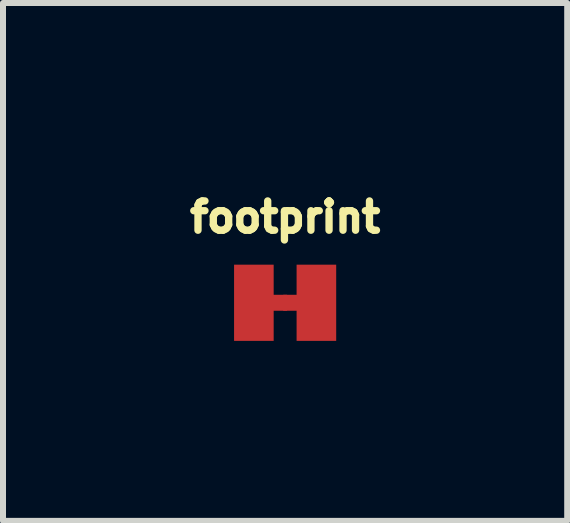
<source format=kicad_pcb>
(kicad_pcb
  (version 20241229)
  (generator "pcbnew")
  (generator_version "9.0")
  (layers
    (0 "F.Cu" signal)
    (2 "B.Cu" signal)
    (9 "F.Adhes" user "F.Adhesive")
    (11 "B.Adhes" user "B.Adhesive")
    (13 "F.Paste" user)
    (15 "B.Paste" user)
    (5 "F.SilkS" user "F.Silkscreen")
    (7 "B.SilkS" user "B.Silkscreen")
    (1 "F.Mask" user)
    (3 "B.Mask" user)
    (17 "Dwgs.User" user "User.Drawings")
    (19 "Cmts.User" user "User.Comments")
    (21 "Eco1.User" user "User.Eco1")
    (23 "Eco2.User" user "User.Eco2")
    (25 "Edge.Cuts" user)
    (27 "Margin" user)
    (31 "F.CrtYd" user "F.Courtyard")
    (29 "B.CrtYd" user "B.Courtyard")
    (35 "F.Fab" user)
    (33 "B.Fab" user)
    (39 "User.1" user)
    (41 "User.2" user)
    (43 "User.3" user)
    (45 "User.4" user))
  (footprint "footprint"
    (layer "F.Cu")
    (at 1.702 1.996)
    (property "Reference" "footprint" (at 0 -1.143 0) (layer "F.SilkS") (effects (font (size 0.488 0.488) (thickness 0.122)) (justify bottom)))
    (fp_poly (pts (xy 0.032 0.133) (xy -0.705 0.133) (xy -0.705 -0.133) (xy 0.032 -0.133)) (stroke (width 0) (type solid)) (fill yes) (layer "F.Cu"))
    (fp_poly (pts (xy 0.705 0.133) (xy -0.032 0.133) (xy -0.032 -0.133) (xy 0.705 -0.133)) (stroke (width 0) (type solid)) (fill yes) (layer "F.Cu"))
    (fp_poly (pts (xy 0.254 0.191) (xy -0.254 0.191) (xy -0.254 -0.191) (xy 0.254 -0.191)) (stroke (width 0) (type solid)) (fill yes) (layer "F.Mask"))
    (pad "1" smd rect (at -0.521 0) (size 0.66 1.27) (layers "F.Cu" "F.Mask"))
    (pad "2" smd rect (at 0.521 0) (size 0.66 1.27) (layers "F.Cu" "F.Mask")))
  (gr_rect
    (start -3 -3)
    (end 6.403 5.631)
    (stroke (width 0.1) (type default))
    (fill no)
    (layer "Edge.Cuts")))
</source>
